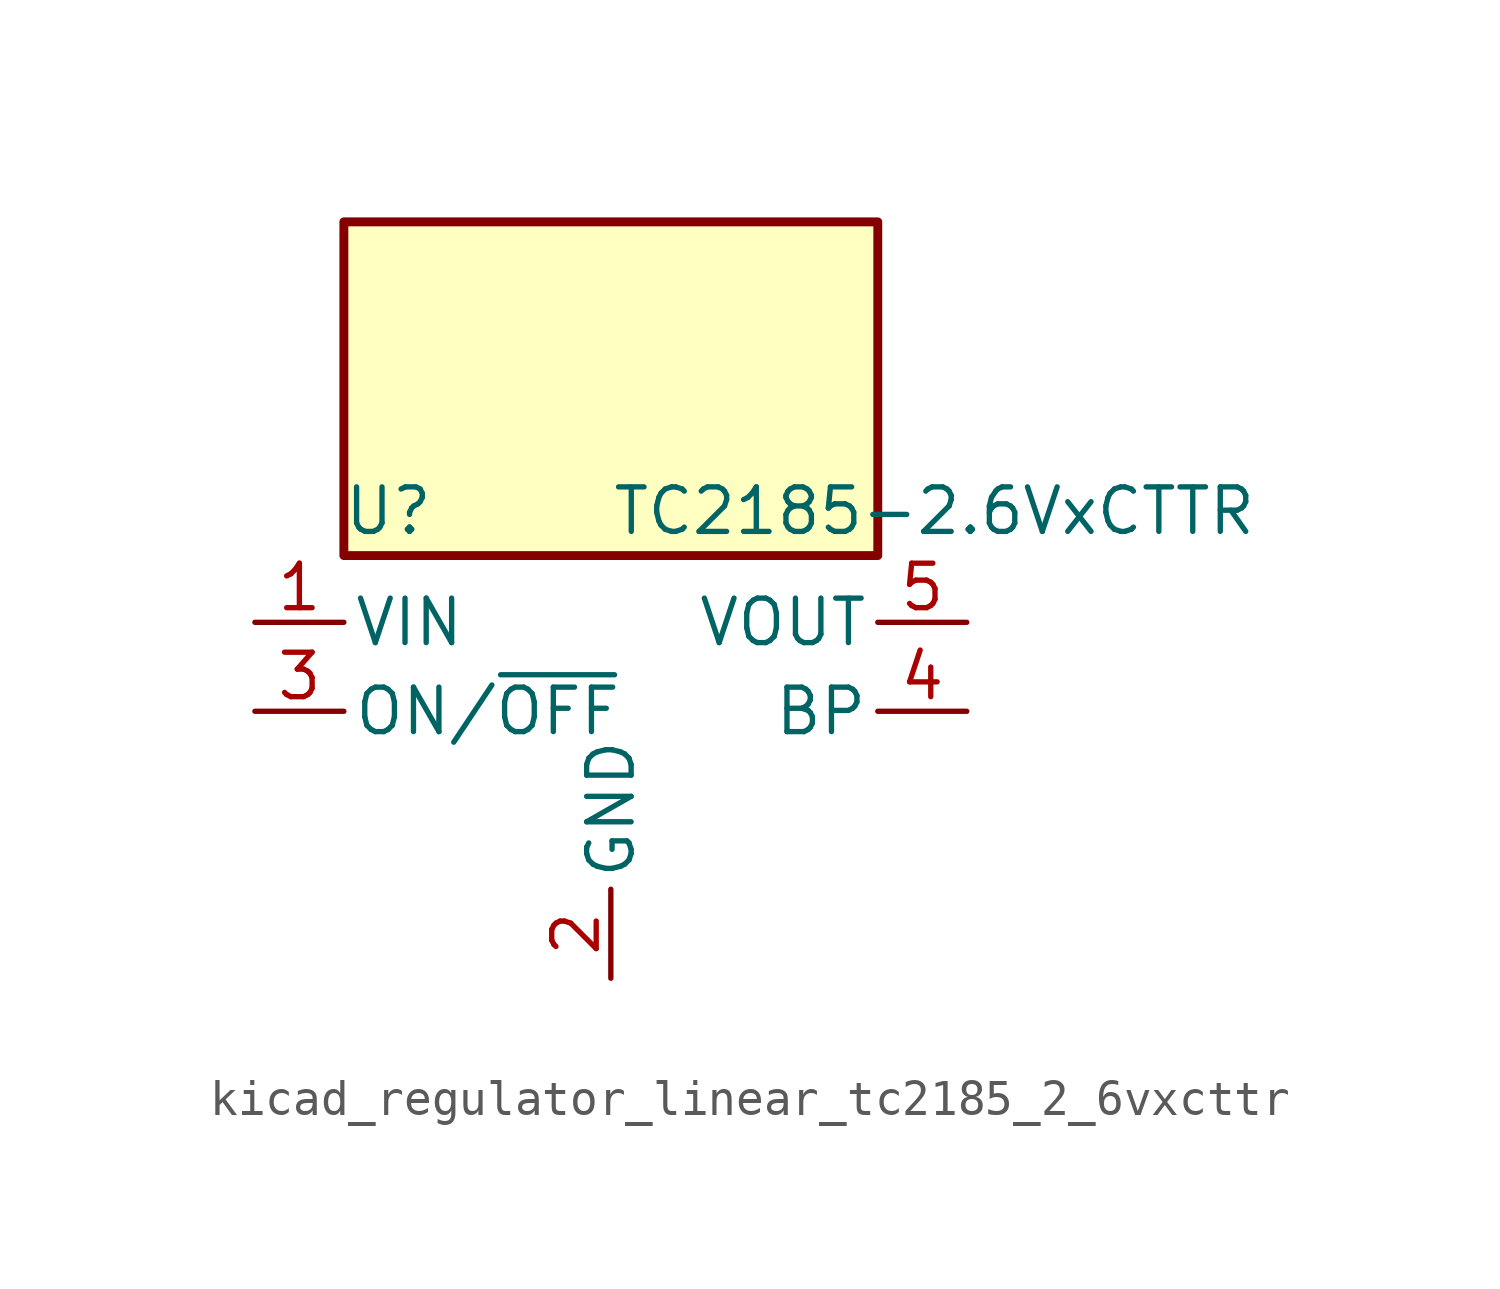
<source format=kicad_sym>
(kicad_symbol_lib
  (version 20220914)
  (generator kicad_symbol_editor)
  (symbol "kicad_regulator_linear_tc2185_2_6vxcttr"
    (pin_names
      (offset 0.254))
    (property "Reference" "U"
      (at -6.35 5.715 0)
      (effects (font (size 1.27 1.27))))
    (property "Value" "TC2185-2.6VxCTTR"
      (at 0 5.715 0)
      (effects (font (size 1.27 1.27)) (justify left)))
    (symbol "kicad_regulator_linear_tc2185_2_6vxcttr_0_1"
      (rectangle (start 7.62 13.97) (end -7.62 4.445) (stroke (width 0.254) (type default)) (fill (type background))))
    (symbol "kicad_regulator_linear_tc2185_2_6vxcttr_1_1"
      (pin power_in line (at -10.16 2.54 0) (length 2.54) (name "VIN" (effects (font (size 1.27 1.27)))) (number "1" (effects (font (size 1.27 1.27)))))
      (pin power_in line (at 0 -7.62 90) (length 2.54) (name "GND" (effects (font (size 1.27 1.27)))) (number "2" (effects (font (size 1.27 1.27)))))
      (pin input line (at -10.16 0 0) (length 2.54) (name "ON/~{OFF}" (effects (font (size 1.27 1.27)))) (number "3" (effects (font (size 1.27 1.27)))))
      (pin input line (at 10.16 0 180) (length 2.54) (name "BP" (effects (font (size 1.27 1.27)))) (number "4" (effects (font (size 1.27 1.27)))))
      (pin power_out line (at 10.16 2.54 180) (length 2.54) (name "VOUT" (effects (font (size 1.27 1.27)))) (number "5" (effects (font (size 1.27 1.27))))))))
</source>
